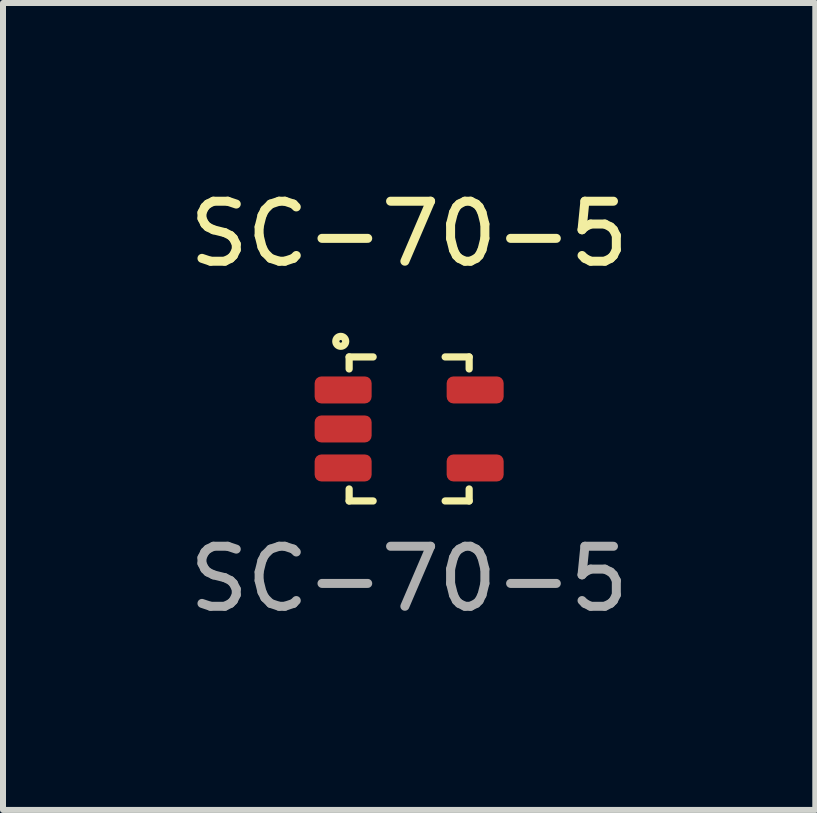
<source format=kicad_pcb>
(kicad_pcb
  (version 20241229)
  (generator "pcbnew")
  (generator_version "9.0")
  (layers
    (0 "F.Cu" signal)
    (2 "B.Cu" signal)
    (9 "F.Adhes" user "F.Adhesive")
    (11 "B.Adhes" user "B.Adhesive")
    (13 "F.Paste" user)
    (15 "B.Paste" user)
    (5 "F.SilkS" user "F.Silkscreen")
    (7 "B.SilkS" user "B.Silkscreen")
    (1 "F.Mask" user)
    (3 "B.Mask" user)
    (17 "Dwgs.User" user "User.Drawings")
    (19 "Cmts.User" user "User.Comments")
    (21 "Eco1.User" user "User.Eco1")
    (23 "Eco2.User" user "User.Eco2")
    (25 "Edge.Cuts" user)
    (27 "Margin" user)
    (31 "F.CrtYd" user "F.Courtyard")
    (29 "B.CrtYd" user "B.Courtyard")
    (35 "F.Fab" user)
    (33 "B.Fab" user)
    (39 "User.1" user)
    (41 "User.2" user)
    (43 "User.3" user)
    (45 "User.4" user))
  (footprint "SC-70-5"
    (layer "F.Cu")
    (at 3.768 4.098)
    (property "Reference" "SC-70-5" (at 0 -3.25 0) (unlocked yes) (layer "F.SilkS") (effects (font (size 1 1) (thickness 0.15))))
    (attr smd)
    (fp_line (start -1 -1.2) (end -0.6 -1.2) (stroke (width 0.12) (type default)) (layer "F.SilkS"))
    (fp_line (start -1 -1) (end -1 -1.2) (stroke (width 0.12) (type default)) (layer "F.SilkS"))
    (fp_line (start -1 1) (end -1 1.2) (stroke (width 0.12) (type default)) (layer "F.SilkS"))
    (fp_line (start -1 1.2) (end -0.6 1.2) (stroke (width 0.12) (type default)) (layer "F.SilkS"))
    (fp_line (start 1 -1.2) (end 0.6 -1.2) (stroke (width 0.12) (type default)) (layer "F.SilkS"))
    (fp_line (start 1 -1) (end 1 -1.2) (stroke (width 0.12) (type default)) (layer "F.SilkS"))
    (fp_line (start 1 1) (end 1 1.2) (stroke (width 0.12) (type default)) (layer "F.SilkS"))
    (fp_line (start 1 1.2) (end 0.6 1.2) (stroke (width 0.12) (type default)) (layer "F.SilkS"))
    (fp_circle (center -1.14 -1.46) (end -1.12 -1.47) (stroke (width 0.12) (type default)) (fill no) (layer "F.SilkS"))
    (fp_text user "${REFERENCE}" (at 0 2.5 0) (unlocked yes) (layer "F.Fab") (effects (font (size 1 1) (thickness 0.15))))
    (pad "1" smd roundrect (at -1.1 -0.65) (size 0.95 0.45) (layers "F.Cu" "F.Mask" "F.Paste") (roundrect_rratio 0.25))
    (pad "2" smd roundrect (at -1.1 0) (size 0.95 0.45) (layers "F.Cu" "F.Mask" "F.Paste") (roundrect_rratio 0.25))
    (pad "3" smd roundrect (at -1.1 0.65) (size 0.95 0.45) (layers "F.Cu" "F.Mask" "F.Paste") (roundrect_rratio 0.25))
    (pad "4" smd roundrect (at 1.1 0.65) (size 0.95 0.45) (layers "F.Cu" "F.Mask" "F.Paste") (roundrect_rratio 0.25))
    (pad "5" smd roundrect (at 1.1 -0.65) (size 0.95 0.45) (layers "F.Cu" "F.Mask" "F.Paste") (roundrect_rratio 0.25)))
  (gr_rect
    (start -3 -3)
    (end 10.536 10.447)
    (stroke (width 0.1) (type default))
    (fill no)
    (layer "Edge.Cuts")))
</source>
